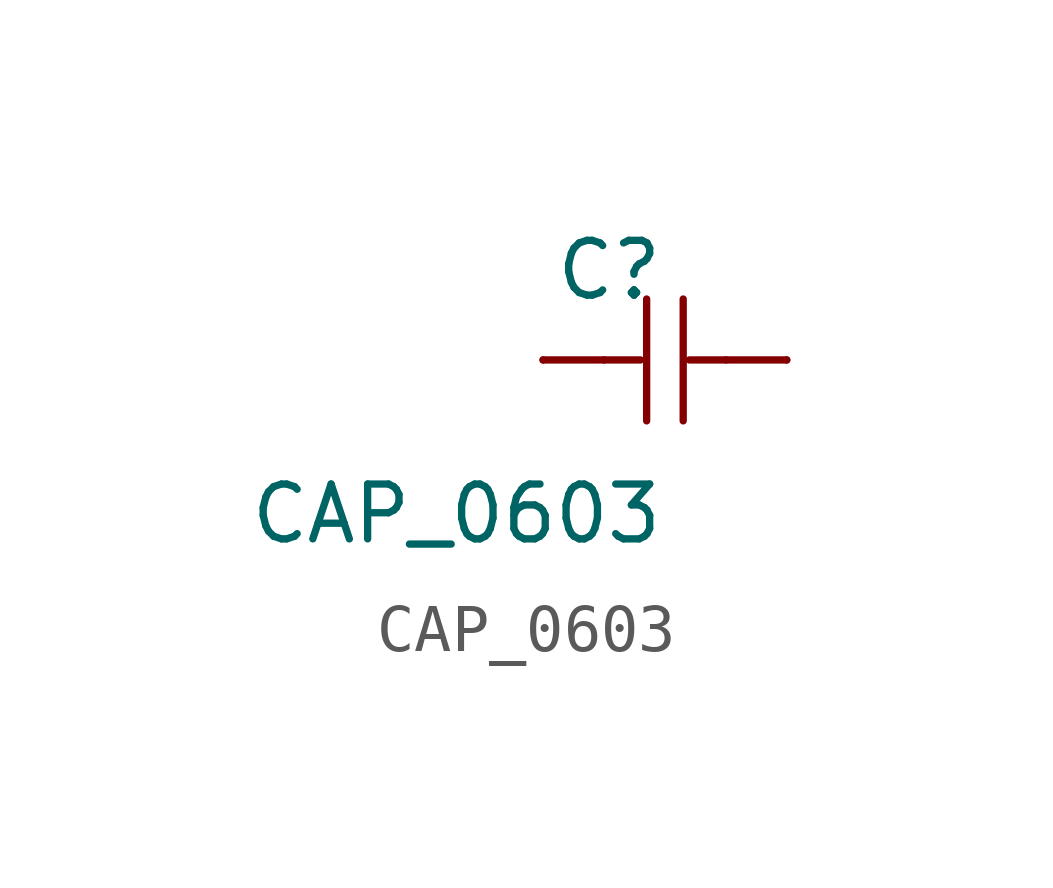
<source format=kicad_sym>
(kicad_symbol_lib
  (version 20211014)
  (generator kicad_symbol_editor)
  (symbol "CAP_0603"
    (pin_numbers hide)
    (pin_names
      (offset 1.016) hide)
    (property "Reference" "C"
      (at 0 2.54 0)
      (effects (font (size 1.143 1.143)) (justify right top)))
    (property "Value" "CAP_0603"
      (at 0 -2.54 0)
      (effects (font (size 1.143 1.143)) (justify right top)))
    (property "ki_locked" ""
      (at 0 0 0)
      (effects (font (size 1.27 1.27))))
    (symbol "CAP_0603_1_0"
      (polyline (pts (xy -1.27 0) (xy -2.54 0)) (stroke (width 0) (type default) (color 0 0 0 0)) (fill (type none)))
      (polyline (pts (xy -1.27 0) (xy -0.508 0)) (stroke (width 0) (type default) (color 0 0 0 0)) (fill (type none)))
      (polyline (pts (xy -0.381 -1.27) (xy -0.381 1.27)) (stroke (width 0) (type default) (color 0 0 0 0)) (fill (type none)))
      (polyline (pts (xy 0.381 -1.27) (xy 0.381 1.27)) (stroke (width 0) (type default) (color 0 0 0 0)) (fill (type none)))
      (polyline (pts (xy 1.27 0) (xy 0.508 0)) (stroke (width 0) (type default) (color 0 0 0 0)) (fill (type none)))
      (polyline (pts (xy 1.27 0) (xy 2.54 0)) (stroke (width 0) (type default) (color 0 0 0 0)) (fill (type none))))
    (symbol "CAP_0603_1_1"
      (pin passive line (at -2.54 0 0) (length 0) (name "1" (effects (font (size 1.016 1.016)))) (number "1" (effects (font (size 1.016 1.016)))))
      (pin passive line (at 2.54 0 180) (length 0) (name "2" (effects (font (size 1.016 1.016)))) (number "2" (effects (font (size 1.016 1.016))))))))
</source>
